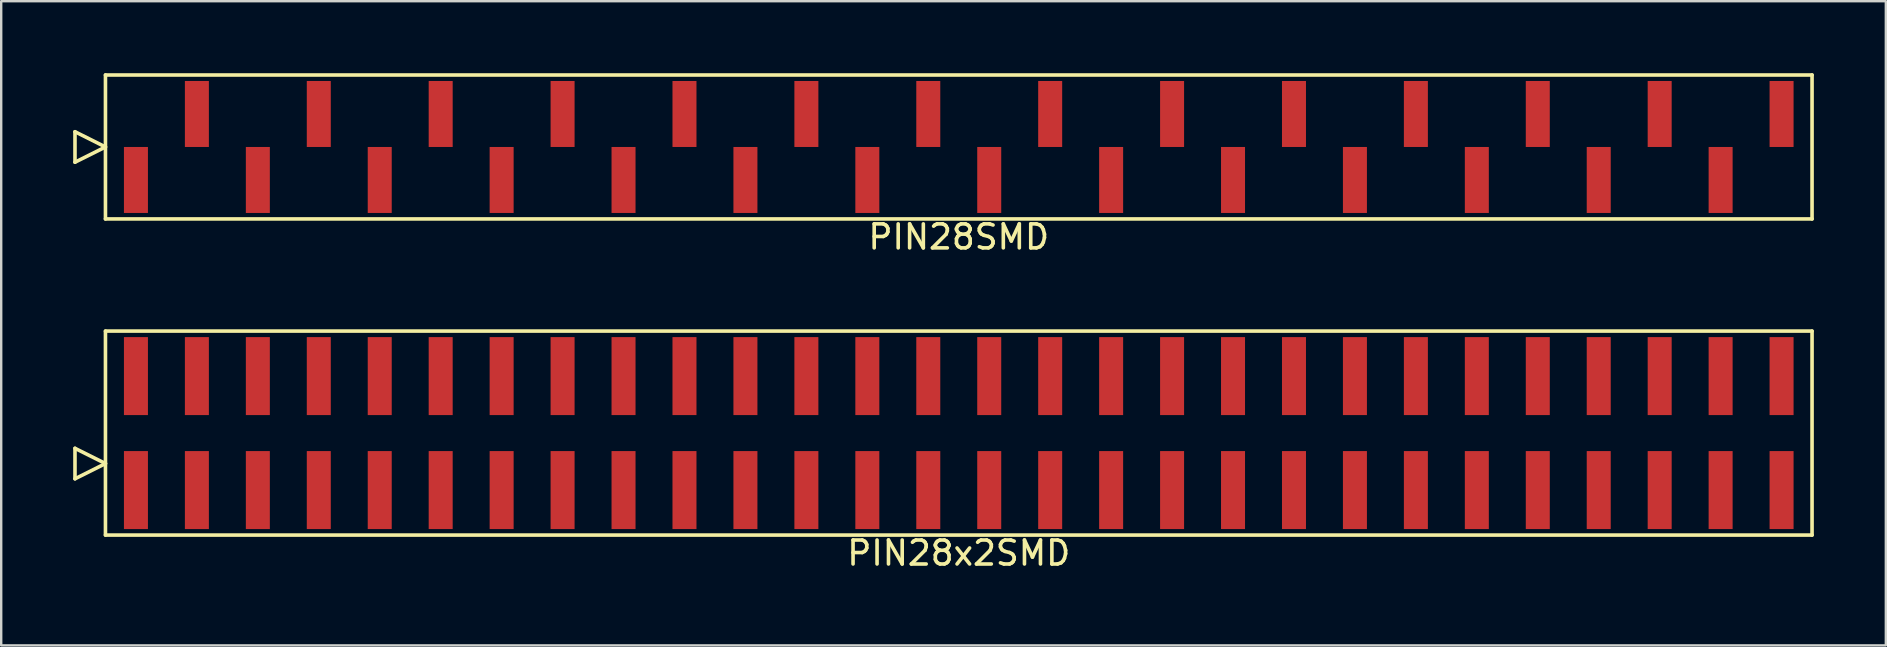
<source format=kicad_pcb>
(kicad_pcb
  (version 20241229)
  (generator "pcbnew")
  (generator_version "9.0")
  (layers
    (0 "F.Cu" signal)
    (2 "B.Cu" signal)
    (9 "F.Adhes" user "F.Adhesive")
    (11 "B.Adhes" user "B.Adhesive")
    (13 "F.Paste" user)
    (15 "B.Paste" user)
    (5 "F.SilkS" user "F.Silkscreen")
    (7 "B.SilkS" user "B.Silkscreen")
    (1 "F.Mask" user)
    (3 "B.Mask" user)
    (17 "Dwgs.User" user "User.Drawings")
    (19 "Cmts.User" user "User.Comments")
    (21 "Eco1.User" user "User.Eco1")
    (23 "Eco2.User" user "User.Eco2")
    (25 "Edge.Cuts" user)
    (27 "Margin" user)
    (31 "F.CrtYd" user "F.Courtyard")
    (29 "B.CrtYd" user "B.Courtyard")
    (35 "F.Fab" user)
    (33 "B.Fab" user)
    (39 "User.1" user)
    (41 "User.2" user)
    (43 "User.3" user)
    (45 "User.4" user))
  (footprint "PIN28SMD"
    (layer "F.Cu")
    (at 36.905 3.075)
    (property "Reference" "PIN28SMD" (at 0 3.75 0) (layer "F.SilkS") (effects (font (size 1 1) (thickness 0.15))))
    (attr through_hole)
    (fp_line (start -36.83 0.635) (end -36.83 -0.635) (stroke (width 0.15) (type solid)) (layer "F.SilkS"))
    (fp_line (start -35.56 -3) (end -35.56 3) (stroke (width 0.15) (type solid)) (layer "F.SilkS"))
    (fp_line (start -35.56 0) (end -36.83 -0.635) (stroke (width 0.15) (type solid)) (layer "F.SilkS"))
    (fp_line (start -35.56 0) (end -36.83 0.635) (stroke (width 0.15) (type solid)) (layer "F.SilkS"))
    (fp_line (start -35.56 3) (end 35.56 3) (stroke (width 0.15) (type solid)) (layer "F.SilkS"))
    (fp_line (start 35.56 -3) (end -35.56 -3) (stroke (width 0.15) (type solid)) (layer "F.SilkS"))
    (fp_line (start 35.56 3) (end 35.56 -3) (stroke (width 0.15) (type solid)) (layer "F.SilkS"))
    (pad "1" smd rect (at -34.29 1.375) (size 1 2.75) (layers "F.Cu" "F.Mask" "F.Paste"))
    (pad "2" smd rect (at -31.75 -1.375) (size 1 2.75) (layers "F.Cu" "F.Mask" "F.Paste"))
    (pad "3" smd rect (at -29.21 1.375) (size 1 2.75) (layers "F.Cu" "F.Mask" "F.Paste"))
    (pad "4" smd rect (at -26.67 -1.375) (size 1 2.75) (layers "F.Cu" "F.Mask" "F.Paste"))
    (pad "5" smd rect (at -24.13 1.375) (size 1 2.75) (layers "F.Cu" "F.Mask" "F.Paste"))
    (pad "6" smd rect (at -21.59 -1.375) (size 1 2.75) (layers "F.Cu" "F.Mask" "F.Paste"))
    (pad "7" smd rect (at -19.05 1.375) (size 1 2.75) (layers "F.Cu" "F.Mask" "F.Paste"))
    (pad "8" smd rect (at -16.51 -1.375) (size 1 2.75) (layers "F.Cu" "F.Mask" "F.Paste"))
    (pad "9" smd rect (at -13.97 1.375) (size 1 2.75) (layers "F.Cu" "F.Mask" "F.Paste"))
    (pad "10" smd rect (at -11.43 -1.375) (size 1 2.75) (layers "F.Cu" "F.Mask" "F.Paste"))
    (pad "11" smd rect (at -8.89 1.375) (size 1 2.75) (layers "F.Cu" "F.Mask" "F.Paste"))
    (pad "12" smd rect (at -6.35 -1.375) (size 1 2.75) (layers "F.Cu" "F.Mask" "F.Paste"))
    (pad "13" smd rect (at -3.81 1.375) (size 1 2.75) (layers "F.Cu" "F.Mask" "F.Paste"))
    (pad "14" smd rect (at -1.27 -1.375) (size 1 2.75) (layers "F.Cu" "F.Mask" "F.Paste"))
    (pad "15" smd rect (at 1.27 1.375) (size 1 2.75) (layers "F.Cu" "F.Mask" "F.Paste"))
    (pad "16" smd rect (at 3.81 -1.375) (size 1 2.75) (layers "F.Cu" "F.Mask" "F.Paste"))
    (pad "17" smd rect (at 6.35 1.375) (size 1 2.75) (layers "F.Cu" "F.Mask" "F.Paste"))
    (pad "18" smd rect (at 8.89 -1.375) (size 1 2.75) (layers "F.Cu" "F.Mask" "F.Paste"))
    (pad "19" smd rect (at 11.43 1.375) (size 1 2.75) (layers "F.Cu" "F.Mask" "F.Paste"))
    (pad "20" smd rect (at 13.97 -1.375) (size 1 2.75) (layers "F.Cu" "F.Mask" "F.Paste"))
    (pad "21" smd rect (at 16.51 1.375) (size 1 2.75) (layers "F.Cu" "F.Mask" "F.Paste"))
    (pad "22" smd rect (at 19.05 -1.375) (size 1 2.75) (layers "F.Cu" "F.Mask" "F.Paste"))
    (pad "23" smd rect (at 21.59 1.375) (size 1 2.75) (layers "F.Cu" "F.Mask" "F.Paste"))
    (pad "24" smd rect (at 24.13 -1.375) (size 1 2.75) (layers "F.Cu" "F.Mask" "F.Paste"))
    (pad "25" smd rect (at 26.67 1.375) (size 1 2.75) (layers "F.Cu" "F.Mask" "F.Paste"))
    (pad "26" smd rect (at 29.21 -1.375) (size 1 2.75) (layers "F.Cu" "F.Mask" "F.Paste"))
    (pad "27" smd rect (at 31.75 1.375) (size 1 2.75) (layers "F.Cu" "F.Mask" "F.Paste"))
    (pad "28" smd rect (at 34.29 -1.375) (size 1 2.75) (layers "F.Cu" "F.Mask" "F.Paste")))
  (footprint "PIN28x2SMD"
    (layer "F.Cu")
    (at 36.905 14.998)
    (property "Reference" "PIN28x2SMD" (at 0 5 0) (layer "F.SilkS") (effects (font (size 1 1) (thickness 0.15))))
    (attr through_hole)
    (fp_line (start -36.83 1.905) (end -36.83 0.635) (stroke (width 0.15) (type solid)) (layer "F.SilkS"))
    (fp_line (start -35.56 -4.25) (end -35.56 4.25) (stroke (width 0.15) (type solid)) (layer "F.SilkS"))
    (fp_line (start -35.56 1.27) (end -36.83 0.635) (stroke (width 0.15) (type solid)) (layer "F.SilkS"))
    (fp_line (start -35.56 1.27) (end -36.83 1.905) (stroke (width 0.15) (type solid)) (layer "F.SilkS"))
    (fp_line (start -35.56 4.25) (end 35.56 4.25) (stroke (width 0.15) (type solid)) (layer "F.SilkS"))
    (fp_line (start 35.56 -4.25) (end -35.56 -4.25) (stroke (width 0.15) (type solid)) (layer "F.SilkS"))
    (fp_line (start 35.56 4.25) (end 35.56 -4.25) (stroke (width 0.15) (type solid)) (layer "F.SilkS"))
    (pad "1" smd rect (at -34.29 2.375) (size 1 3.25) (layers "F.Cu" "F.Mask" "F.Paste"))
    (pad "2" smd rect (at -34.29 -2.375) (size 1 3.25) (layers "F.Cu" "F.Mask" "F.Paste"))
    (pad "3" smd rect (at -31.75 2.375) (size 1 3.25) (layers "F.Cu" "F.Mask" "F.Paste"))
    (pad "4" smd rect (at -31.75 -2.375) (size 1 3.25) (layers "F.Cu" "F.Mask" "F.Paste"))
    (pad "5" smd rect (at -29.21 2.375) (size 1 3.25) (layers "F.Cu" "F.Mask" "F.Paste"))
    (pad "6" smd rect (at -29.21 -2.375) (size 1 3.25) (layers "F.Cu" "F.Mask" "F.Paste"))
    (pad "7" smd rect (at -26.67 2.375) (size 1 3.25) (layers "F.Cu" "F.Mask" "F.Paste"))
    (pad "8" smd rect (at -26.67 -2.375) (size 1 3.25) (layers "F.Cu" "F.Mask" "F.Paste"))
    (pad "9" smd rect (at -24.13 2.375) (size 1 3.25) (layers "F.Cu" "F.Mask" "F.Paste"))
    (pad "10" smd rect (at -24.13 -2.375) (size 1 3.25) (layers "F.Cu" "F.Mask" "F.Paste"))
    (pad "11" smd rect (at -21.59 2.375) (size 1 3.25) (layers "F.Cu" "F.Mask" "F.Paste"))
    (pad "12" smd rect (at -21.59 -2.375) (size 1 3.25) (layers "F.Cu" "F.Mask" "F.Paste"))
    (pad "13" smd rect (at -19.05 2.375) (size 1 3.25) (layers "F.Cu" "F.Mask" "F.Paste"))
    (pad "14" smd rect (at -19.05 -2.375) (size 1 3.25) (layers "F.Cu" "F.Mask" "F.Paste"))
    (pad "15" smd rect (at -16.51 2.375) (size 1 3.25) (layers "F.Cu" "F.Mask" "F.Paste"))
    (pad "16" smd rect (at -16.51 -2.375) (size 1 3.25) (layers "F.Cu" "F.Mask" "F.Paste"))
    (pad "17" smd rect (at -13.97 2.375) (size 1 3.25) (layers "F.Cu" "F.Mask" "F.Paste"))
    (pad "18" smd rect (at -13.97 -2.375) (size 1 3.25) (layers "F.Cu" "F.Mask" "F.Paste"))
    (pad "19" smd rect (at -11.43 2.375) (size 1 3.25) (layers "F.Cu" "F.Mask" "F.Paste"))
    (pad "20" smd rect (at -11.43 -2.375) (size 1 3.25) (layers "F.Cu" "F.Mask" "F.Paste"))
    (pad "21" smd rect (at -8.89 2.375) (size 1 3.25) (layers "F.Cu" "F.Mask" "F.Paste"))
    (pad "22" smd rect (at -8.89 -2.375) (size 1 3.25) (layers "F.Cu" "F.Mask" "F.Paste"))
    (pad "23" smd rect (at -6.35 2.375) (size 1 3.25) (layers "F.Cu" "F.Mask" "F.Paste"))
    (pad "24" smd rect (at -6.35 -2.375) (size 1 3.25) (layers "F.Cu" "F.Mask" "F.Paste"))
    (pad "25" smd rect (at -3.81 2.375) (size 1 3.25) (layers "F.Cu" "F.Mask" "F.Paste"))
    (pad "26" smd rect (at -3.81 -2.375) (size 1 3.25) (layers "F.Cu" "F.Mask" "F.Paste"))
    (pad "27" smd rect (at -1.27 2.375) (size 1 3.25) (layers "F.Cu" "F.Mask" "F.Paste"))
    (pad "28" smd rect (at -1.27 -2.375) (size 1 3.25) (layers "F.Cu" "F.Mask" "F.Paste"))
    (pad "29" smd rect (at 1.27 2.375) (size 1 3.25) (layers "F.Cu" "F.Mask" "F.Paste"))
    (pad "30" smd rect (at 1.27 -2.375) (size 1 3.25) (layers "F.Cu" "F.Mask" "F.Paste"))
    (pad "31" smd rect (at 3.81 2.375) (size 1 3.25) (layers "F.Cu" "F.Mask" "F.Paste"))
    (pad "32" smd rect (at 3.81 -2.375) (size 1 3.25) (layers "F.Cu" "F.Mask" "F.Paste"))
    (pad "33" smd rect (at 6.35 2.375) (size 1 3.25) (layers "F.Cu" "F.Mask" "F.Paste"))
    (pad "34" smd rect (at 6.35 -2.375) (size 1 3.25) (layers "F.Cu" "F.Mask" "F.Paste"))
    (pad "35" smd rect (at 8.89 2.375) (size 1 3.25) (layers "F.Cu" "F.Mask" "F.Paste"))
    (pad "36" smd rect (at 8.89 -2.375) (size 1 3.25) (layers "F.Cu" "F.Mask" "F.Paste"))
    (pad "37" smd rect (at 11.43 2.375) (size 1 3.25) (layers "F.Cu" "F.Mask" "F.Paste"))
    (pad "38" smd rect (at 11.43 -2.375) (size 1 3.25) (layers "F.Cu" "F.Mask" "F.Paste"))
    (pad "39" smd rect (at 13.97 2.375) (size 1 3.25) (layers "F.Cu" "F.Mask" "F.Paste"))
    (pad "40" smd rect (at 13.97 -2.375) (size 1 3.25) (layers "F.Cu" "F.Mask" "F.Paste"))
    (pad "41" smd rect (at 16.51 2.375) (size 1 3.25) (layers "F.Cu" "F.Mask" "F.Paste"))
    (pad "42" smd rect (at 16.51 -2.375) (size 1 3.25) (layers "F.Cu" "F.Mask" "F.Paste"))
    (pad "43" smd rect (at 19.05 2.375) (size 1 3.25) (layers "F.Cu" "F.Mask" "F.Paste"))
    (pad "44" smd rect (at 19.05 -2.375) (size 1 3.25) (layers "F.Cu" "F.Mask" "F.Paste"))
    (pad "45" smd rect (at 21.59 2.375) (size 1 3.25) (layers "F.Cu" "F.Mask" "F.Paste"))
    (pad "46" smd rect (at 21.59 -2.375) (size 1 3.25) (layers "F.Cu" "F.Mask" "F.Paste"))
    (pad "47" smd rect (at 24.13 2.375) (size 1 3.25) (layers "F.Cu" "F.Mask" "F.Paste"))
    (pad "48" smd rect (at 24.13 -2.375) (size 1 3.25) (layers "F.Cu" "F.Mask" "F.Paste"))
    (pad "49" smd rect (at 26.67 2.375) (size 1 3.25) (layers "F.Cu" "F.Mask" "F.Paste"))
    (pad "50" smd rect (at 26.67 -2.375) (size 1 3.25) (layers "F.Cu" "F.Mask" "F.Paste"))
    (pad "51" smd rect (at 29.21 2.375) (size 1 3.25) (layers "F.Cu" "F.Mask" "F.Paste"))
    (pad "52" smd rect (at 29.21 -2.375) (size 1 3.25) (layers "F.Cu" "F.Mask" "F.Paste"))
    (pad "53" smd rect (at 31.75 2.375) (size 1 3.25) (layers "F.Cu" "F.Mask" "F.Paste"))
    (pad "54" smd rect (at 31.75 -2.375) (size 1 3.25) (layers "F.Cu" "F.Mask" "F.Paste"))
    (pad "55" smd rect (at 34.29 2.375) (size 1 3.25) (layers "F.Cu" "F.Mask" "F.Paste"))
    (pad "56" smd rect (at 34.29 -2.375) (size 1 3.25) (layers "F.Cu" "F.Mask" "F.Paste")))
  (gr_rect
    (start -3 -3)
    (end 75.54 23.846)
    (stroke (width 0.1) (type default))
    (fill no)
    (layer "Edge.Cuts")))
</source>
